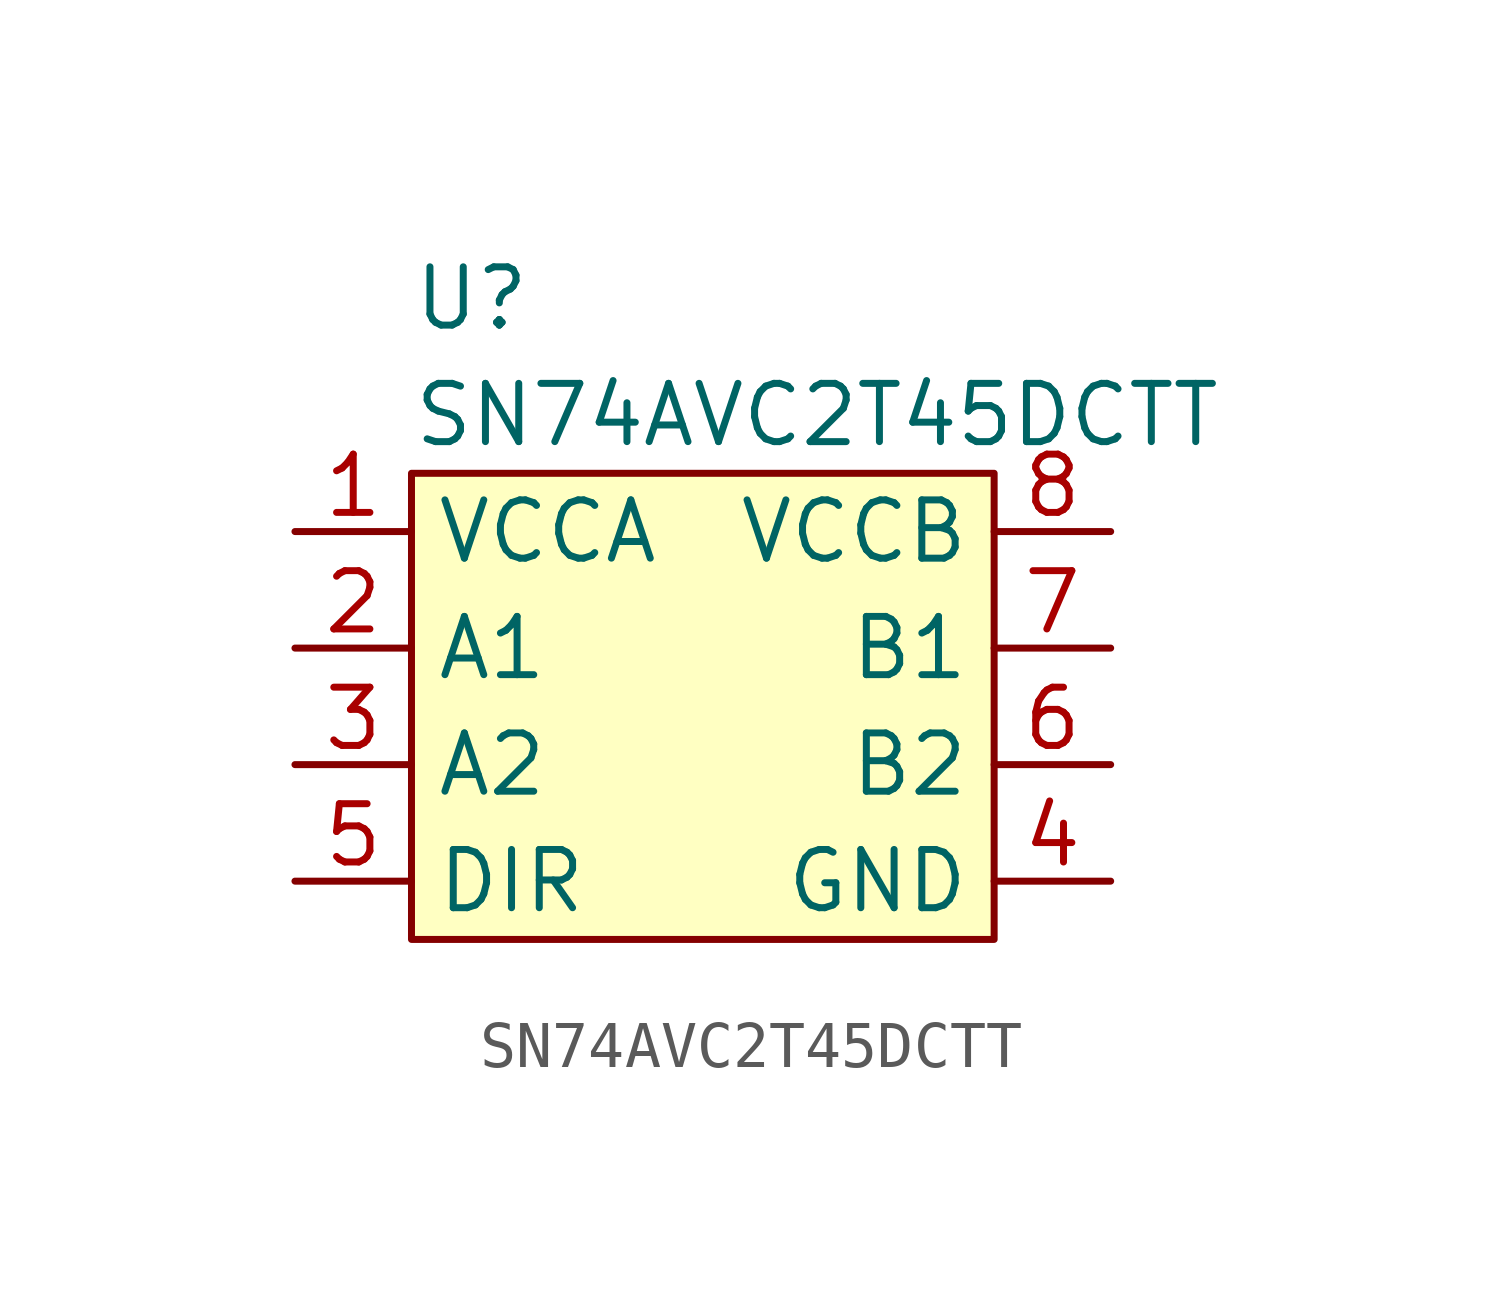
<source format=kicad_sym>
(kicad_symbol_lib
  (version 20211014)
  (generator kicad_symbol_editor)
  (symbol "SN74AVC2T45DCTT"
    (property "Reference" "U"
      (at -6.35 8.89 0)
      (effects (font (size 1.27 1.27)) (justify left)))
    (property "Value" "SN74AVC2T45DCTT"
      (at -6.35 6.35 0)
      (effects (font (size 1.27 1.27)) (justify left)))
    (symbol "SN74AVC2T45DCTT_0_1"
      (rectangle (start -6.35 5.08) (end 6.35 -5.08) (stroke (width 0) (type default) (color 0 0 0 0)) (fill (type background))))
    (symbol "SN74AVC2T45DCTT_1_1"
      (pin power_in line (at -8.89 3.81 0) (length 2.54) (name "VCCA" (effects (font (size 1.27 1.27)))) (number "1" (effects (font (size 1.27 1.27)))))
      (pin bidirectional line (at -8.89 1.27 0) (length 2.54) (name "A1" (effects (font (size 1.27 1.27)))) (number "2" (effects (font (size 1.27 1.27)))))
      (pin bidirectional line (at -8.89 -1.27 0) (length 2.54) (name "A2" (effects (font (size 1.27 1.27)))) (number "3" (effects (font (size 1.27 1.27)))))
      (pin power_in line (at 8.89 -3.81 180) (length 2.54) (name "GND" (effects (font (size 1.27 1.27)))) (number "4" (effects (font (size 1.27 1.27)))))
      (pin input line (at -8.89 -3.81 0) (length 2.54) (name "DIR" (effects (font (size 1.27 1.27)))) (number "5" (effects (font (size 1.27 1.27)))))
      (pin bidirectional line (at 8.89 -1.27 180) (length 2.54) (name "B2" (effects (font (size 1.27 1.27)))) (number "6" (effects (font (size 1.27 1.27)))))
      (pin bidirectional line (at 8.89 1.27 180) (length 2.54) (name "B1" (effects (font (size 1.27 1.27)))) (number "7" (effects (font (size 1.27 1.27)))))
      (pin power_in line (at 8.89 3.81 180) (length 2.54) (name "VCCB" (effects (font (size 1.27 1.27)))) (number "8" (effects (font (size 1.27 1.27))))))))
</source>
